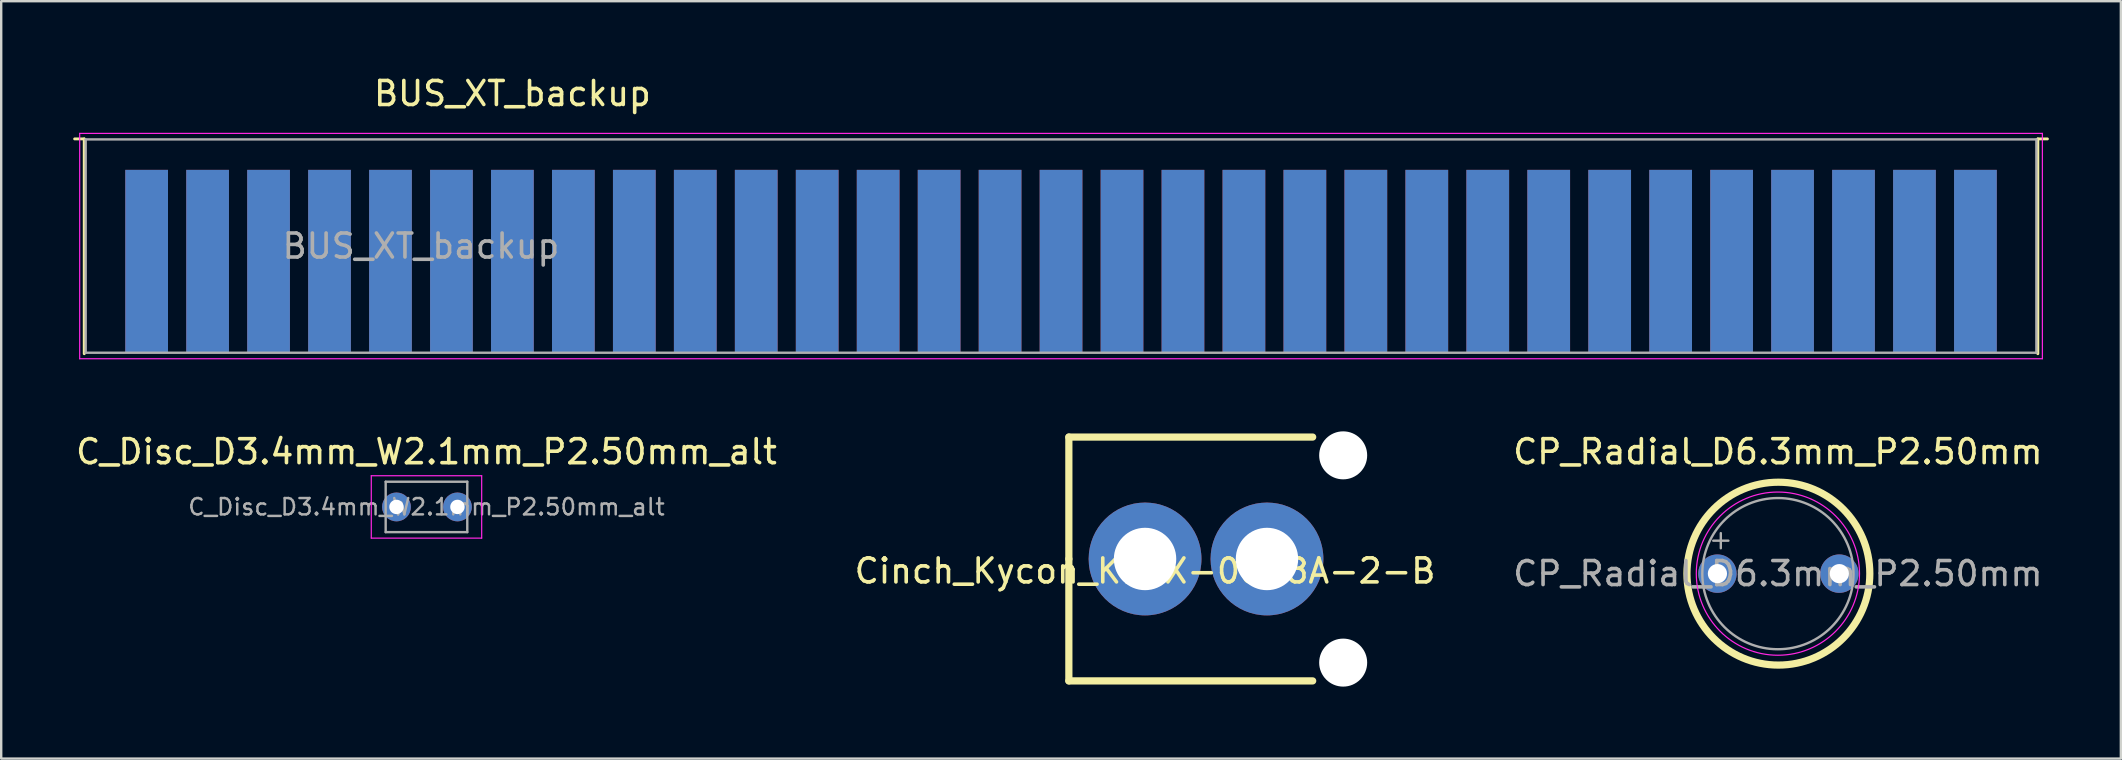
<source format=kicad_pcb>
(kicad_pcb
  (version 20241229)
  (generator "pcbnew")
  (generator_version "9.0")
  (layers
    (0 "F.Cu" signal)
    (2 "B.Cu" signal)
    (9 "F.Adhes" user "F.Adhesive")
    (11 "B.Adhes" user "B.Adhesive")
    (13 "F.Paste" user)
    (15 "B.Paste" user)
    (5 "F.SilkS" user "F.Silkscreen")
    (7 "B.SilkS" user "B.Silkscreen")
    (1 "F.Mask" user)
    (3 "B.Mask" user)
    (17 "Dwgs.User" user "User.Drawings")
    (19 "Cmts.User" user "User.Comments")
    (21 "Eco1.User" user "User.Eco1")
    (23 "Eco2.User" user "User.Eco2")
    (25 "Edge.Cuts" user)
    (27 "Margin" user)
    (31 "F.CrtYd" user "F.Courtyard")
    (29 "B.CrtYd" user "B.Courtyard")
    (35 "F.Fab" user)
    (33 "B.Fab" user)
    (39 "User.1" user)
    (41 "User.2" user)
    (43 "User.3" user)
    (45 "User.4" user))
  (footprint "C_Disc_D3.4mm_W2.1mm_P2.50mm_alt"
    (layer "F.Cu")
    (at 13.47 18.072)
    (property "Reference" "C_Disc_D3.4mm_W2.1mm_P2.50mm_alt" (at 1.25 -2.3 0) (layer "F.SilkS") (effects (font (size 1 1) (thickness 0.15))))
    (attr through_hole)
    (fp_line (start -1.05 -1.3) (end -1.05 1.3) (stroke (width 0.05) (type solid)) (layer "F.CrtYd"))
    (fp_line (start -1.05 1.3) (end 3.55 1.3) (stroke (width 0.05) (type solid)) (layer "F.CrtYd"))
    (fp_line (start 3.55 -1.3) (end -1.05 -1.3) (stroke (width 0.05) (type solid)) (layer "F.CrtYd"))
    (fp_line (start 3.55 1.3) (end 3.55 -1.3) (stroke (width 0.05) (type solid)) (layer "F.CrtYd"))
    (fp_line (start -0.45 -1.05) (end -0.45 1.05) (stroke (width 0.1) (type solid)) (layer "F.Fab"))
    (fp_line (start -0.45 1.05) (end 2.95 1.05) (stroke (width 0.1) (type solid)) (layer "F.Fab"))
    (fp_line (start 2.95 -1.05) (end -0.45 -1.05) (stroke (width 0.1) (type solid)) (layer "F.Fab"))
    (fp_line (start 2.95 1.05) (end 2.95 -1.05) (stroke (width 0.1) (type solid)) (layer "F.Fab"))
    (fp_text user "${REFERENCE}" (at 1.25 0 0) (layer "F.Fab") (effects (font (size 0.68 0.68) (thickness 0.102))))
    (pad "1" thru_hole circle (at 0 0) (size 1.2 1.2) (drill 0.6) (layers "*.Cu" "*.Mask"))
    (pad "2" thru_hole circle (at 2.54 0) (size 1.2 1.2) (drill 0.6) (layers "*.Cu" "*.Mask")))
  (footprint "CP_Radial_D6.3mm_P2.50mm"
    (layer "F.Cu")
    (at 68.51 20.852)
    (property "Reference" "CP_Radial_D6.3mm_P2.50mm" (at 2.52 -5.08 0) (layer "F.SilkS") (effects (font (size 1 1) (thickness 0.15))))
    (attr through_hole)
    (fp_circle (center 2.54 0) (end 6.35 0) (stroke (width 0.3) (type solid)) (fill no) (layer "F.SilkS"))
    (fp_circle (center 2.52 0) (end 5.92 0) (stroke (width 0.05) (type solid)) (fill no) (layer "F.CrtYd"))
    (fp_line (start -0.174 -1.373) (end 0.456 -1.373) (stroke (width 0.1) (type solid)) (layer "F.Fab"))
    (fp_line (start 0.141 -1.688) (end 0.141 -1.058) (stroke (width 0.1) (type solid)) (layer "F.Fab"))
    (fp_circle (center 2.52 0) (end 5.67 0) (stroke (width 0.1) (type solid)) (fill no) (layer "F.Fab"))
    (fp_text user "${REFERENCE}" (at 2.52 0 0) (layer "F.Fab") (effects (font (size 1 1) (thickness 0.15))))
    (pad "1" thru_hole circle (at 0 0) (size 1.6 1.6) (drill 0.8) (layers "*.Cu" "*.Mask"))
    (pad "2" thru_hole circle (at 5.08 0) (size 1.6 1.6) (drill 0.8) (layers "*.Cu" "*.Mask")))
  (footprint "Cinch_Kycon_KLPX-0848A-2-B"
    (layer "F.Cu")
    (at 44.661 20.241)
    (property "Reference" "Cinch_Kycon_KLPX-0848A-2-B" (at 0 0.5 0) (layer "F.SilkS") (effects (font (size 1 1) (thickness 0.15))))
    (attr through_hole)
    (fp_line (start -3.175 -5.08) (end -3.175 0) (stroke (width 0.3) (type solid)) (layer "F.SilkS"))
    (fp_line (start -3.175 0) (end -3.175 5.08) (stroke (width 0.3) (type solid)) (layer "F.SilkS"))
    (fp_line (start -3.175 5.08) (end 6.985 5.08) (stroke (width 0.3) (type solid)) (layer "F.SilkS"))
    (fp_line (start 6.985 -5.08) (end -3.175 -5.08) (stroke (width 0.3) (type solid)) (layer "F.SilkS"))
    (pad "" np_thru_hole circle (at 8.255 -4.318) (size 2 2) (drill 2) (layers "*.Cu" "*.Mask"))
    (pad "" np_thru_hole circle (at 8.255 4.318) (size 2 2) (drill 2) (layers "*.Cu" "*.Mask"))
    (pad "1" thru_hole circle (at 0 0) (size 4.7 4.7) (drill 2.6) (layers "*.Cu" "*.Mask"))
    (pad "2" thru_hole circle (at 5.08 0) (size 4.7 4.7) (drill 2.6) (layers "*.Cu" "*.Mask")))
  (footprint "BUS_XT_backup"
    (layer "F.Cu")
    (at 79.26 7.838)
    (property "Reference" "BUS_XT_backup" (at -60.96 -6.99 0) (layer "F.SilkS") (effects (font (size 1 1) (thickness 0.15))))
    (attr exclude_from_pos_files exclude_from_bom)
    (fp_line (start -78.8 -5.1) (end -79.2 -5.1) (stroke (width 0.12) (type solid)) (layer "F.SilkS"))
    (fp_line (start -78.8 3.85) (end -78.8 -5.1) (stroke (width 0.12) (type solid)) (layer "F.SilkS"))
    (fp_line (start 2.6 -5.1) (end 3 -5.1) (stroke (width 0.12) (type solid)) (layer "F.SilkS"))
    (fp_line (start 2.6 3.85) (end 2.6 -5.1) (stroke (width 0.12) (type solid)) (layer "F.SilkS"))
    (fp_line (start -78.99 -5.33) (end -78.99 4.06) (stroke (width 0.05) (type solid)) (layer "F.CrtYd"))
    (fp_line (start -78.99 -5.33) (end 2.79 -5.33) (stroke (width 0.05) (type solid)) (layer "F.CrtYd"))
    (fp_line (start 2.79 4.06) (end -78.99 4.06) (stroke (width 0.05) (type solid)) (layer "F.CrtYd"))
    (fp_line (start 2.79 4.06) (end 2.79 -5.33) (stroke (width 0.05) (type solid)) (layer "F.CrtYd"))
    (fp_line (start -78.74 -5.08) (end 2.54 -5.08) (stroke (width 0.1) (type solid)) (layer "F.Fab"))
    (fp_line (start -78.74 3.81) (end -78.74 -5.08) (stroke (width 0.1) (type solid)) (layer "F.Fab"))
    (fp_line (start 2.54 -5.08) (end 2.54 3.81) (stroke (width 0.1) (type solid)) (layer "F.Fab"))
    (fp_line (start 2.54 3.81) (end -78.74 3.81) (stroke (width 0.1) (type solid)) (layer "F.Fab"))
    (fp_text user "${REFERENCE}" (at -64.77 -0.635 0) (layer "F.Fab") (effects (font (size 1 1) (thickness 0.15))))
    (pad "1" connect rect (at 0 0) (size 1.78 7.62) (layers "B.Cu" "B.Mask"))
    (pad "2" connect rect (at -2.54 0) (size 1.78 7.62) (layers "B.Cu" "B.Mask"))
    (pad "3" connect rect (at -5.08 0) (size 1.78 7.62) (layers "B.Cu" "B.Mask"))
    (pad "4" connect rect (at -7.62 0) (size 1.78 7.62) (layers "B.Cu" "B.Mask"))
    (pad "5" connect rect (at -10.16 0) (size 1.78 7.62) (layers "B.Cu" "B.Mask"))
    (pad "6" connect rect (at -12.7 0) (size 1.78 7.62) (layers "B.Cu" "B.Mask"))
    (pad "7" connect rect (at -15.24 0) (size 1.78 7.62) (layers "B.Cu" "B.Mask"))
    (pad "8" connect rect (at -17.78 0) (size 1.78 7.62) (layers "B.Cu" "B.Mask"))
    (pad "9" connect rect (at -20.32 0) (size 1.78 7.62) (layers "B.Cu" "B.Mask"))
    (pad "10" connect rect (at -22.86 0) (size 1.78 7.62) (layers "B.Cu" "B.Mask"))
    (pad "11" connect rect (at -25.4 0) (size 1.78 7.62) (layers "B.Cu" "B.Mask"))
    (pad "12" connect rect (at -27.94 0) (size 1.78 7.62) (layers "B.Cu" "B.Mask"))
    (pad "13" connect rect (at -30.48 0) (size 1.78 7.62) (layers "B.Cu" "B.Mask"))
    (pad "14" connect rect (at -33.02 0) (size 1.78 7.62) (layers "B.Cu" "B.Mask"))
    (pad "15" connect rect (at -35.56 0) (size 1.78 7.62) (layers "B.Cu" "B.Mask"))
    (pad "16" connect rect (at -38.1 0) (size 1.78 7.62) (layers "B.Cu" "B.Mask"))
    (pad "17" connect rect (at -40.64 0) (size 1.78 7.62) (layers "B.Cu" "B.Mask"))
    (pad "18" connect rect (at -43.18 0) (size 1.78 7.62) (layers "B.Cu" "B.Mask"))
    (pad "19" connect rect (at -45.72 0) (size 1.78 7.62) (layers "B.Cu" "B.Mask"))
    (pad "20" connect rect (at -48.26 0) (size 1.78 7.62) (layers "B.Cu" "B.Mask"))
    (pad "21" connect rect (at -50.8 0) (size 1.78 7.62) (layers "B.Cu" "B.Mask"))
    (pad "22" connect rect (at -53.34 0) (size 1.78 7.62) (layers "B.Cu" "B.Mask"))
    (pad "23" connect rect (at -55.88 0) (size 1.78 7.62) (layers "B.Cu" "B.Mask"))
    (pad "24" connect rect (at -58.42 0) (size 1.78 7.62) (layers "B.Cu" "B.Mask"))
    (pad "25" connect rect (at -60.96 0) (size 1.78 7.62) (layers "B.Cu" "B.Mask"))
    (pad "26" connect rect (at -63.5 0) (size 1.78 7.62) (layers "B.Cu" "B.Mask"))
    (pad "27" connect rect (at -66.04 0) (size 1.78 7.62) (layers "B.Cu" "B.Mask"))
    (pad "28" connect rect (at -68.58 0) (size 1.78 7.62) (layers "B.Cu" "B.Mask"))
    (pad "29" connect rect (at -71.12 0) (size 1.78 7.62) (layers "B.Cu" "B.Mask"))
    (pad "30" connect rect (at -73.66 0) (size 1.78 7.62) (layers "B.Cu" "B.Mask"))
    (pad "31" connect rect (at -76.2 0) (size 1.78 7.62) (layers "B.Cu" "B.Mask"))
    (pad "32" connect rect (at 0 0) (size 1.78 7.62) (layers "F.Cu" "F.Mask"))
    (pad "33" connect rect (at -2.54 0) (size 1.78 7.62) (layers "F.Cu" "F.Mask"))
    (pad "34" connect rect (at -5.08 0) (size 1.78 7.62) (layers "F.Cu" "F.Mask"))
    (pad "35" connect rect (at -7.62 0) (size 1.78 7.62) (layers "F.Cu" "F.Mask"))
    (pad "36" connect rect (at -10.16 0) (size 1.78 7.62) (layers "F.Cu" "F.Mask"))
    (pad "37" connect rect (at -12.7 0) (size 1.78 7.62) (layers "F.Cu" "F.Mask"))
    (pad "38" connect rect (at -15.24 0) (size 1.78 7.62) (layers "F.Cu" "F.Mask"))
    (pad "39" connect rect (at -17.78 0) (size 1.78 7.62) (layers "F.Cu" "F.Mask"))
    (pad "40" connect rect (at -20.32 0) (size 1.78 7.62) (layers "F.Cu" "F.Mask"))
    (pad "41" connect rect (at -22.86 0) (size 1.78 7.62) (layers "F.Cu" "F.Mask"))
    (pad "42" connect rect (at -25.4 0) (size 1.78 7.62) (layers "F.Cu" "F.Mask"))
    (pad "43" connect rect (at -27.94 0) (size 1.78 7.62) (layers "F.Cu" "F.Mask"))
    (pad "44" connect rect (at -30.48 0) (size 1.78 7.62) (layers "F.Cu" "F.Mask"))
    (pad "45" connect rect (at -33.02 0) (size 1.78 7.62) (layers "F.Cu" "F.Mask"))
    (pad "46" connect rect (at -35.56 0) (size 1.78 7.62) (layers "F.Cu" "F.Mask"))
    (pad "47" connect rect (at -38.1 0) (size 1.78 7.62) (layers "F.Cu" "F.Mask"))
    (pad "48" connect rect (at -40.64 0) (size 1.78 7.62) (layers "F.Cu" "F.Mask"))
    (pad "49" connect rect (at -43.18 0) (size 1.78 7.62) (layers "F.Cu" "F.Mask"))
    (pad "50" connect rect (at -45.72 0) (size 1.78 7.62) (layers "F.Cu" "F.Mask"))
    (pad "51" connect rect (at -48.26 0) (size 1.78 7.62) (layers "F.Cu" "F.Mask"))
    (pad "52" connect rect (at -50.8 0) (size 1.78 7.62) (layers "F.Cu" "F.Mask"))
    (pad "53" connect rect (at -53.34 0) (size 1.78 7.62) (layers "F.Cu" "F.Mask"))
    (pad "54" connect rect (at -55.88 0) (size 1.78 7.62) (layers "F.Cu" "F.Mask"))
    (pad "55" connect rect (at -58.42 0) (size 1.78 7.62) (layers "F.Cu" "F.Mask"))
    (pad "56" connect rect (at -60.96 0) (size 1.78 7.62) (layers "F.Cu" "F.Mask"))
    (pad "57" connect rect (at -63.5 0) (size 1.78 7.62) (layers "F.Cu" "F.Mask"))
    (pad "58" connect rect (at -66.04 0) (size 1.78 7.62) (layers "F.Cu" "F.Mask"))
    (pad "59" connect rect (at -68.58 0) (size 1.78 7.62) (layers "F.Cu" "F.Mask"))
    (pad "60" connect rect (at -71.12 0) (size 1.78 7.62) (layers "F.Cu" "F.Mask"))
    (pad "61" connect rect (at -73.66 0) (size 1.78 7.62) (layers "F.Cu" "F.Mask"))
    (pad "62" connect rect (at -76.2 0) (size 1.78 7.62) (layers "F.Cu" "F.Mask")))
  (gr_rect
    (start -3 -3)
    (end 85.32 28.559)
    (stroke (width 0.1) (type default))
    (fill no)
    (layer "Edge.Cuts")))
</source>
